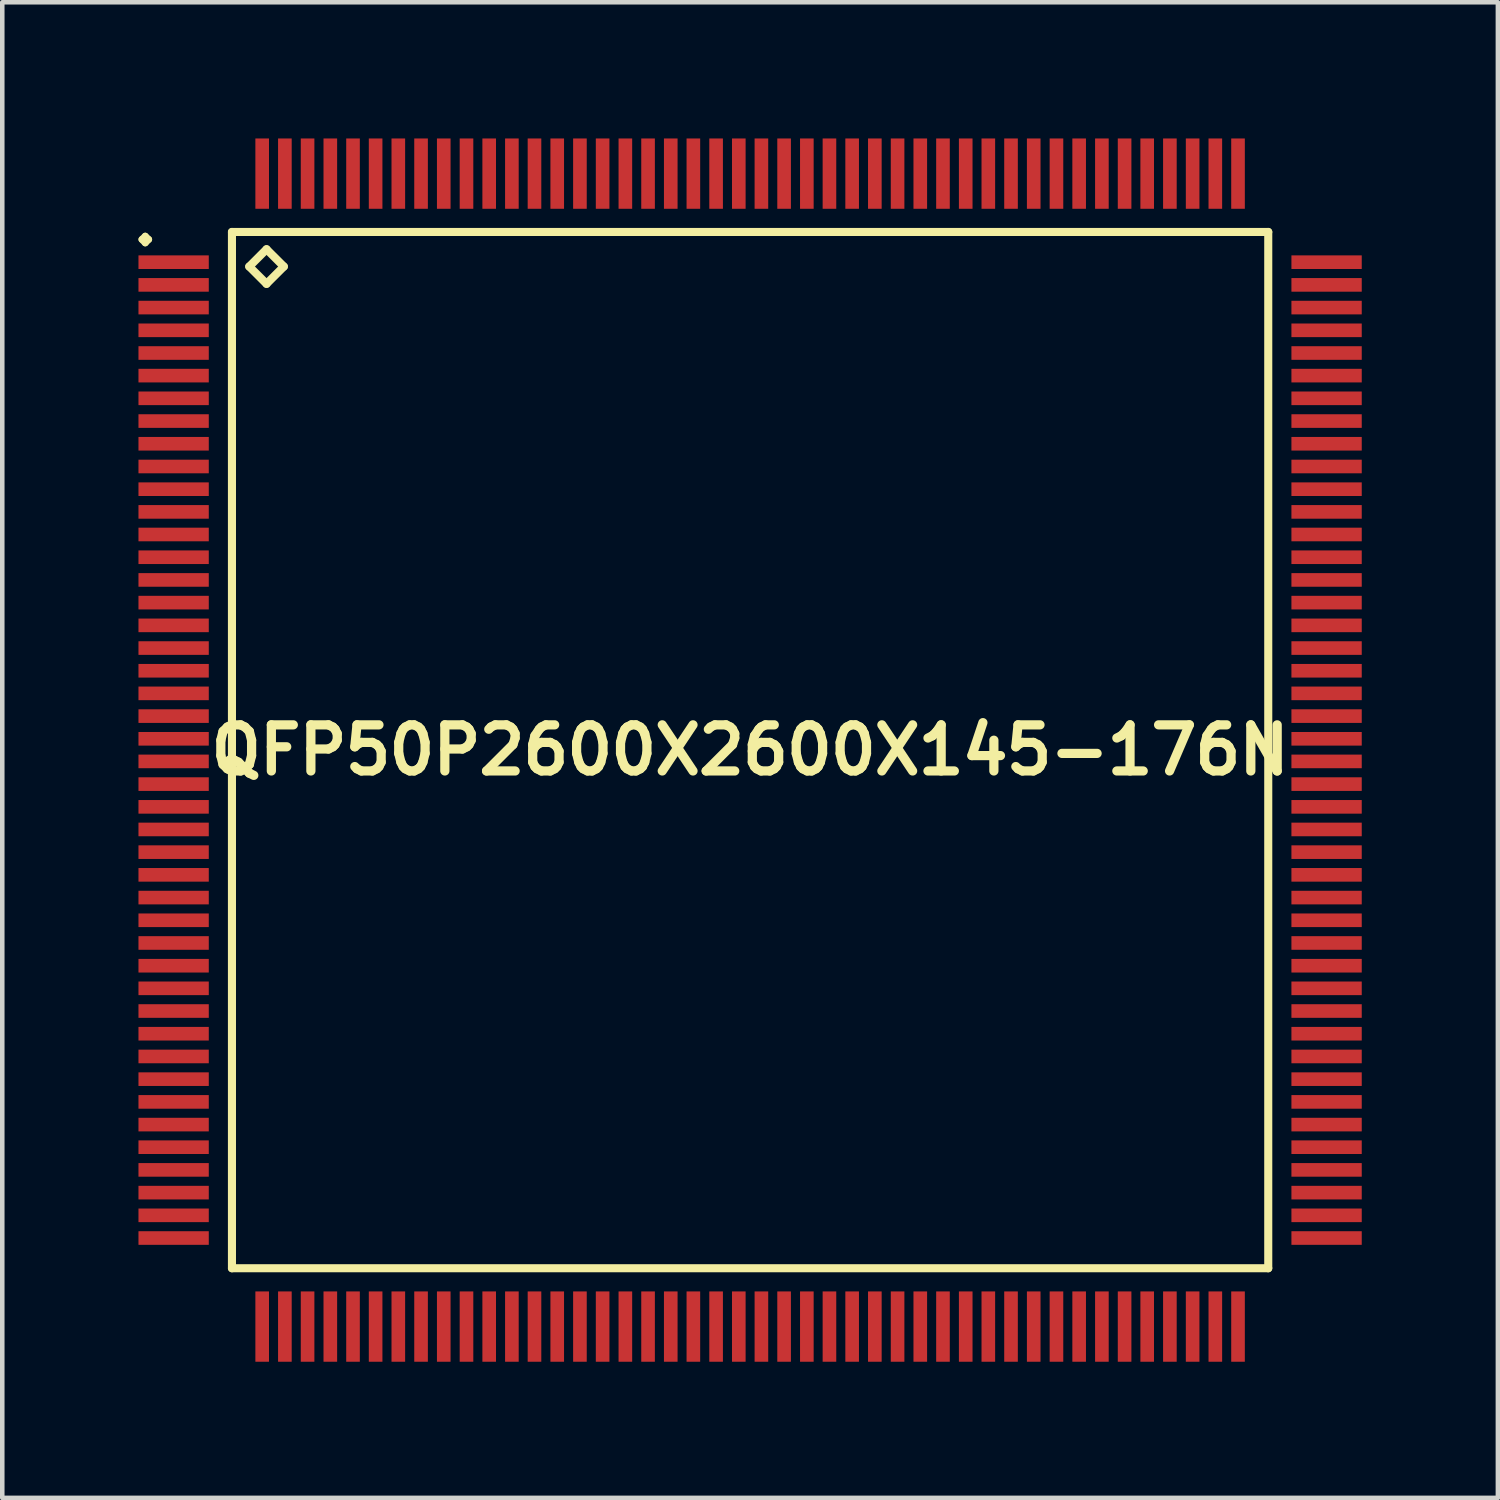
<source format=kicad_pcb>
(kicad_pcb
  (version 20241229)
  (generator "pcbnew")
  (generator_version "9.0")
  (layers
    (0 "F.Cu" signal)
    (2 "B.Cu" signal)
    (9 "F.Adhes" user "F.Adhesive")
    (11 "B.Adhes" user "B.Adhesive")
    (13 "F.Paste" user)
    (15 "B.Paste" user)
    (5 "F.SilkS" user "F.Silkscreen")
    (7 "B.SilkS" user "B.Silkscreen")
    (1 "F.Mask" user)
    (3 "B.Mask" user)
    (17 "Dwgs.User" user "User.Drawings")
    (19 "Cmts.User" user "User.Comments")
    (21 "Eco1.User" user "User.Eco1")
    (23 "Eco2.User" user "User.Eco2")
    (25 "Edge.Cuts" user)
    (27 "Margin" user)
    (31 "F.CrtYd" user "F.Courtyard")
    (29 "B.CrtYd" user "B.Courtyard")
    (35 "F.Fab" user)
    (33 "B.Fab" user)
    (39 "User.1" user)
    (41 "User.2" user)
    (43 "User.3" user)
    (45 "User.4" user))
  (footprint "QFP50P2600X2600X145-176N"
    (layer "F.Cu")
    (at 13.475 13.475)
    (property "Reference" "QFP50P2600X2600X145-176N" (at 0 0 0) (layer "F.SilkS") (effects (font (size 1.016 1.016) (thickness 0.203))))
    (attr smd)
    (fp_line (start -13.399 -11.25) (end -13.325 -11.323) (stroke (width 0.15) (type solid)) (layer "F.SilkS"))
    (fp_line (start -13.325 -11.323) (end -13.249 -11.25) (stroke (width 0.15) (type solid)) (layer "F.SilkS"))
    (fp_line (start -13.325 -11.173) (end -13.399 -11.25) (stroke (width 0.15) (type solid)) (layer "F.SilkS"))
    (fp_line (start -13.249 -11.25) (end -13.325 -11.173) (stroke (width 0.15) (type solid)) (layer "F.SilkS"))
    (fp_line (start -11.415 -11.415) (end -11.415 11.415) (stroke (width 0.178) (type solid)) (layer "F.SilkS"))
    (fp_line (start -11.415 11.415) (end 11.415 11.415) (stroke (width 0.178) (type solid)) (layer "F.SilkS"))
    (fp_line (start -11.034 -10.653) (end -10.653 -11.034) (stroke (width 0.178) (type solid)) (layer "F.SilkS"))
    (fp_line (start -10.653 -11.034) (end -10.272 -10.653) (stroke (width 0.178) (type solid)) (layer "F.SilkS"))
    (fp_line (start -10.653 -10.272) (end -11.034 -10.653) (stroke (width 0.178) (type solid)) (layer "F.SilkS"))
    (fp_line (start -10.272 -10.653) (end -10.653 -10.272) (stroke (width 0.178) (type solid)) (layer "F.SilkS"))
    (fp_line (start 11.415 -11.415) (end -11.415 -11.415) (stroke (width 0.178) (type solid)) (layer "F.SilkS"))
    (fp_line (start 11.415 11.415) (end 11.415 -11.415) (stroke (width 0.178) (type solid)) (layer "F.SilkS"))
    (pad "1" smd rect (at -12.7 -10.749) (size 1.549 0.3) (layers "F.Cu" "F.Mask" "F.Paste"))
    (pad "2" smd rect (at -12.7 -10.249) (size 1.549 0.3) (layers "F.Cu" "F.Mask" "F.Paste"))
    (pad "3" smd rect (at -12.7 -9.749) (size 1.549 0.3) (layers "F.Cu" "F.Mask" "F.Paste"))
    (pad "4" smd rect (at -12.7 -9.248) (size 1.549 0.3) (layers "F.Cu" "F.Mask" "F.Paste"))
    (pad "5" smd rect (at -12.7 -8.748) (size 1.549 0.3) (layers "F.Cu" "F.Mask" "F.Paste"))
    (pad "6" smd rect (at -12.7 -8.25) (size 1.549 0.3) (layers "F.Cu" "F.Mask" "F.Paste"))
    (pad "7" smd rect (at -12.7 -7.75) (size 1.549 0.3) (layers "F.Cu" "F.Mask" "F.Paste"))
    (pad "8" smd rect (at -12.7 -7.249) (size 1.549 0.3) (layers "F.Cu" "F.Mask" "F.Paste"))
    (pad "9" smd rect (at -12.7 -6.749) (size 1.549 0.3) (layers "F.Cu" "F.Mask" "F.Paste"))
    (pad "10" smd rect (at -12.7 -6.248) (size 1.549 0.3) (layers "F.Cu" "F.Mask" "F.Paste"))
    (pad "11" smd rect (at -12.7 -5.748) (size 1.549 0.3) (layers "F.Cu" "F.Mask" "F.Paste"))
    (pad "12" smd rect (at -12.7 -5.248) (size 1.549 0.3) (layers "F.Cu" "F.Mask" "F.Paste"))
    (pad "13" smd rect (at -12.7 -4.75) (size 1.549 0.3) (layers "F.Cu" "F.Mask" "F.Paste"))
    (pad "14" smd rect (at -12.7 -4.249) (size 1.549 0.3) (layers "F.Cu" "F.Mask" "F.Paste"))
    (pad "15" smd rect (at -12.7 -3.749) (size 1.549 0.3) (layers "F.Cu" "F.Mask" "F.Paste"))
    (pad "16" smd rect (at -12.7 -3.249) (size 1.549 0.3) (layers "F.Cu" "F.Mask" "F.Paste"))
    (pad "17" smd rect (at -12.7 -2.748) (size 1.549 0.3) (layers "F.Cu" "F.Mask" "F.Paste"))
    (pad "18" smd rect (at -12.7 -2.248) (size 1.549 0.3) (layers "F.Cu" "F.Mask" "F.Paste"))
    (pad "19" smd rect (at -12.7 -1.748) (size 1.549 0.3) (layers "F.Cu" "F.Mask" "F.Paste"))
    (pad "20" smd rect (at -12.7 -1.25) (size 1.549 0.3) (layers "F.Cu" "F.Mask" "F.Paste"))
    (pad "21" smd rect (at -12.7 -0.749) (size 1.549 0.3) (layers "F.Cu" "F.Mask" "F.Paste"))
    (pad "22" smd rect (at -12.7 -0.249) (size 1.549 0.3) (layers "F.Cu" "F.Mask" "F.Paste"))
    (pad "23" smd rect (at -12.7 0.249) (size 1.549 0.3) (layers "F.Cu" "F.Mask" "F.Paste"))
    (pad "24" smd rect (at -12.7 0.749) (size 1.549 0.3) (layers "F.Cu" "F.Mask" "F.Paste"))
    (pad "25" smd rect (at -12.7 1.25) (size 1.549 0.3) (layers "F.Cu" "F.Mask" "F.Paste"))
    (pad "26" smd rect (at -12.7 1.748) (size 1.549 0.3) (layers "F.Cu" "F.Mask" "F.Paste"))
    (pad "27" smd rect (at -12.7 2.248) (size 1.549 0.3) (layers "F.Cu" "F.Mask" "F.Paste"))
    (pad "28" smd rect (at -12.7 2.748) (size 1.549 0.3) (layers "F.Cu" "F.Mask" "F.Paste"))
    (pad "29" smd rect (at -12.7 3.249) (size 1.549 0.3) (layers "F.Cu" "F.Mask" "F.Paste"))
    (pad "30" smd rect (at -12.7 3.749) (size 1.549 0.3) (layers "F.Cu" "F.Mask" "F.Paste"))
    (pad "31" smd rect (at -12.7 4.249) (size 1.549 0.3) (layers "F.Cu" "F.Mask" "F.Paste"))
    (pad "32" smd rect (at -12.7 4.75) (size 1.549 0.3) (layers "F.Cu" "F.Mask" "F.Paste"))
    (pad "33" smd rect (at -12.7 5.248) (size 1.549 0.3) (layers "F.Cu" "F.Mask" "F.Paste"))
    (pad "34" smd rect (at -12.7 5.748) (size 1.549 0.3) (layers "F.Cu" "F.Mask" "F.Paste"))
    (pad "35" smd rect (at -12.7 6.248) (size 1.549 0.3) (layers "F.Cu" "F.Mask" "F.Paste"))
    (pad "36" smd rect (at -12.7 6.749) (size 1.549 0.3) (layers "F.Cu" "F.Mask" "F.Paste"))
    (pad "37" smd rect (at -12.7 7.249) (size 1.549 0.3) (layers "F.Cu" "F.Mask" "F.Paste"))
    (pad "38" smd rect (at -12.7 7.75) (size 1.549 0.3) (layers "F.Cu" "F.Mask" "F.Paste"))
    (pad "39" smd rect (at -12.7 8.25) (size 1.549 0.3) (layers "F.Cu" "F.Mask" "F.Paste"))
    (pad "40" smd rect (at -12.7 8.748) (size 1.549 0.3) (layers "F.Cu" "F.Mask" "F.Paste"))
    (pad "41" smd rect (at -12.7 9.248) (size 1.549 0.3) (layers "F.Cu" "F.Mask" "F.Paste"))
    (pad "42" smd rect (at -12.7 9.749) (size 1.549 0.3) (layers "F.Cu" "F.Mask" "F.Paste"))
    (pad "43" smd rect (at -12.7 10.249) (size 1.549 0.3) (layers "F.Cu" "F.Mask" "F.Paste"))
    (pad "44" smd rect (at -12.7 10.749) (size 1.549 0.3) (layers "F.Cu" "F.Mask" "F.Paste"))
    (pad "45" smd rect (at -10.749 12.7) (size 0.3 1.549) (layers "F.Cu" "F.Mask" "F.Paste"))
    (pad "46" smd rect (at -10.249 12.7) (size 0.3 1.549) (layers "F.Cu" "F.Mask" "F.Paste"))
    (pad "47" smd rect (at -9.749 12.7) (size 0.3 1.549) (layers "F.Cu" "F.Mask" "F.Paste"))
    (pad "48" smd rect (at -9.248 12.7) (size 0.3 1.549) (layers "F.Cu" "F.Mask" "F.Paste"))
    (pad "49" smd rect (at -8.748 12.7) (size 0.3 1.549) (layers "F.Cu" "F.Mask" "F.Paste"))
    (pad "50" smd rect (at -8.25 12.7) (size 0.3 1.549) (layers "F.Cu" "F.Mask" "F.Paste"))
    (pad "51" smd rect (at -7.75 12.7) (size 0.3 1.549) (layers "F.Cu" "F.Mask" "F.Paste"))
    (pad "52" smd rect (at -7.249 12.7) (size 0.3 1.549) (layers "F.Cu" "F.Mask" "F.Paste"))
    (pad "53" smd rect (at -6.749 12.7) (size 0.3 1.549) (layers "F.Cu" "F.Mask" "F.Paste"))
    (pad "54" smd rect (at -6.248 12.7) (size 0.3 1.549) (layers "F.Cu" "F.Mask" "F.Paste"))
    (pad "55" smd rect (at -5.748 12.7) (size 0.3 1.549) (layers "F.Cu" "F.Mask" "F.Paste"))
    (pad "56" smd rect (at -5.248 12.7) (size 0.3 1.549) (layers "F.Cu" "F.Mask" "F.Paste"))
    (pad "57" smd rect (at -4.75 12.7) (size 0.3 1.549) (layers "F.Cu" "F.Mask" "F.Paste"))
    (pad "58" smd rect (at -4.249 12.7) (size 0.3 1.549) (layers "F.Cu" "F.Mask" "F.Paste"))
    (pad "59" smd rect (at -3.749 12.7) (size 0.3 1.549) (layers "F.Cu" "F.Mask" "F.Paste"))
    (pad "60" smd rect (at -3.249 12.7) (size 0.3 1.549) (layers "F.Cu" "F.Mask" "F.Paste"))
    (pad "61" smd rect (at -2.748 12.7) (size 0.3 1.549) (layers "F.Cu" "F.Mask" "F.Paste"))
    (pad "62" smd rect (at -2.248 12.7) (size 0.3 1.549) (layers "F.Cu" "F.Mask" "F.Paste"))
    (pad "63" smd rect (at -1.748 12.7) (size 0.3 1.549) (layers "F.Cu" "F.Mask" "F.Paste"))
    (pad "64" smd rect (at -1.25 12.7) (size 0.3 1.549) (layers "F.Cu" "F.Mask" "F.Paste"))
    (pad "65" smd rect (at -0.749 12.7) (size 0.3 1.549) (layers "F.Cu" "F.Mask" "F.Paste"))
    (pad "66" smd rect (at -0.249 12.7) (size 0.3 1.549) (layers "F.Cu" "F.Mask" "F.Paste"))
    (pad "67" smd rect (at 0.249 12.7) (size 0.3 1.549) (layers "F.Cu" "F.Mask" "F.Paste"))
    (pad "68" smd rect (at 0.749 12.7) (size 0.3 1.549) (layers "F.Cu" "F.Mask" "F.Paste"))
    (pad "69" smd rect (at 1.25 12.7) (size 0.3 1.549) (layers "F.Cu" "F.Mask" "F.Paste"))
    (pad "70" smd rect (at 1.748 12.7) (size 0.3 1.549) (layers "F.Cu" "F.Mask" "F.Paste"))
    (pad "71" smd rect (at 2.248 12.7) (size 0.3 1.549) (layers "F.Cu" "F.Mask" "F.Paste"))
    (pad "72" smd rect (at 2.748 12.7) (size 0.3 1.549) (layers "F.Cu" "F.Mask" "F.Paste"))
    (pad "73" smd rect (at 3.249 12.7) (size 0.3 1.549) (layers "F.Cu" "F.Mask" "F.Paste"))
    (pad "74" smd rect (at 3.749 12.7) (size 0.3 1.549) (layers "F.Cu" "F.Mask" "F.Paste"))
    (pad "75" smd rect (at 4.249 12.7) (size 0.3 1.549) (layers "F.Cu" "F.Mask" "F.Paste"))
    (pad "76" smd rect (at 4.75 12.7) (size 0.3 1.549) (layers "F.Cu" "F.Mask" "F.Paste"))
    (pad "77" smd rect (at 5.248 12.7) (size 0.3 1.549) (layers "F.Cu" "F.Mask" "F.Paste"))
    (pad "78" smd rect (at 5.748 12.7) (size 0.3 1.549) (layers "F.Cu" "F.Mask" "F.Paste"))
    (pad "79" smd rect (at 6.248 12.7) (size 0.3 1.549) (layers "F.Cu" "F.Mask" "F.Paste"))
    (pad "80" smd rect (at 6.749 12.7) (size 0.3 1.549) (layers "F.Cu" "F.Mask" "F.Paste"))
    (pad "81" smd rect (at 7.249 12.7) (size 0.3 1.549) (layers "F.Cu" "F.Mask" "F.Paste"))
    (pad "82" smd rect (at 7.75 12.7) (size 0.3 1.549) (layers "F.Cu" "F.Mask" "F.Paste"))
    (pad "83" smd rect (at 8.25 12.7) (size 0.3 1.549) (layers "F.Cu" "F.Mask" "F.Paste"))
    (pad "84" smd rect (at 8.748 12.7) (size 0.3 1.549) (layers "F.Cu" "F.Mask" "F.Paste"))
    (pad "85" smd rect (at 9.248 12.7) (size 0.3 1.549) (layers "F.Cu" "F.Mask" "F.Paste"))
    (pad "86" smd rect (at 9.749 12.7) (size 0.3 1.549) (layers "F.Cu" "F.Mask" "F.Paste"))
    (pad "87" smd rect (at 10.249 12.7) (size 0.3 1.549) (layers "F.Cu" "F.Mask" "F.Paste"))
    (pad "88" smd rect (at 10.749 12.7) (size 0.3 1.549) (layers "F.Cu" "F.Mask" "F.Paste"))
    (pad "89" smd rect (at 12.7 10.749) (size 1.549 0.3) (layers "F.Cu" "F.Mask" "F.Paste"))
    (pad "90" smd rect (at 12.7 10.249) (size 1.549 0.3) (layers "F.Cu" "F.Mask" "F.Paste"))
    (pad "91" smd rect (at 12.7 9.749) (size 1.549 0.3) (layers "F.Cu" "F.Mask" "F.Paste"))
    (pad "92" smd rect (at 12.7 9.248) (size 1.549 0.3) (layers "F.Cu" "F.Mask" "F.Paste"))
    (pad "93" smd rect (at 12.7 8.748) (size 1.549 0.3) (layers "F.Cu" "F.Mask" "F.Paste"))
    (pad "94" smd rect (at 12.7 8.25) (size 1.549 0.3) (layers "F.Cu" "F.Mask" "F.Paste"))
    (pad "95" smd rect (at 12.7 7.75) (size 1.549 0.3) (layers "F.Cu" "F.Mask" "F.Paste"))
    (pad "96" smd rect (at 12.7 7.249) (size 1.549 0.3) (layers "F.Cu" "F.Mask" "F.Paste"))
    (pad "97" smd rect (at 12.7 6.749) (size 1.549 0.3) (layers "F.Cu" "F.Mask" "F.Paste"))
    (pad "98" smd rect (at 12.7 6.248) (size 1.549 0.3) (layers "F.Cu" "F.Mask" "F.Paste"))
    (pad "99" smd rect (at 12.7 5.748) (size 1.549 0.3) (layers "F.Cu" "F.Mask" "F.Paste"))
    (pad "100" smd rect (at 12.7 5.248) (size 1.549 0.3) (layers "F.Cu" "F.Mask" "F.Paste"))
    (pad "101" smd rect (at 12.7 4.75) (size 1.549 0.3) (layers "F.Cu" "F.Mask" "F.Paste"))
    (pad "102" smd rect (at 12.7 4.249) (size 1.549 0.3) (layers "F.Cu" "F.Mask" "F.Paste"))
    (pad "103" smd rect (at 12.7 3.749) (size 1.549 0.3) (layers "F.Cu" "F.Mask" "F.Paste"))
    (pad "104" smd rect (at 12.7 3.249) (size 1.549 0.3) (layers "F.Cu" "F.Mask" "F.Paste"))
    (pad "105" smd rect (at 12.7 2.748) (size 1.549 0.3) (layers "F.Cu" "F.Mask" "F.Paste"))
    (pad "106" smd rect (at 12.7 2.248) (size 1.549 0.3) (layers "F.Cu" "F.Mask" "F.Paste"))
    (pad "107" smd rect (at 12.7 1.748) (size 1.549 0.3) (layers "F.Cu" "F.Mask" "F.Paste"))
    (pad "108" smd rect (at 12.7 1.25) (size 1.549 0.3) (layers "F.Cu" "F.Mask" "F.Paste"))
    (pad "109" smd rect (at 12.7 0.749) (size 1.549 0.3) (layers "F.Cu" "F.Mask" "F.Paste"))
    (pad "110" smd rect (at 12.7 0.249) (size 1.549 0.3) (layers "F.Cu" "F.Mask" "F.Paste"))
    (pad "111" smd rect (at 12.7 -0.249) (size 1.549 0.3) (layers "F.Cu" "F.Mask" "F.Paste"))
    (pad "112" smd rect (at 12.7 -0.749) (size 1.549 0.3) (layers "F.Cu" "F.Mask" "F.Paste"))
    (pad "113" smd rect (at 12.7 -1.25) (size 1.549 0.3) (layers "F.Cu" "F.Mask" "F.Paste"))
    (pad "114" smd rect (at 12.7 -1.748) (size 1.549 0.3) (layers "F.Cu" "F.Mask" "F.Paste"))
    (pad "115" smd rect (at 12.7 -2.248) (size 1.549 0.3) (layers "F.Cu" "F.Mask" "F.Paste"))
    (pad "116" smd rect (at 12.7 -2.748) (size 1.549 0.3) (layers "F.Cu" "F.Mask" "F.Paste"))
    (pad "117" smd rect (at 12.7 -3.249) (size 1.549 0.3) (layers "F.Cu" "F.Mask" "F.Paste"))
    (pad "118" smd rect (at 12.7 -3.749) (size 1.549 0.3) (layers "F.Cu" "F.Mask" "F.Paste"))
    (pad "119" smd rect (at 12.7 -4.249) (size 1.549 0.3) (layers "F.Cu" "F.Mask" "F.Paste"))
    (pad "120" smd rect (at 12.7 -4.75) (size 1.549 0.3) (layers "F.Cu" "F.Mask" "F.Paste"))
    (pad "121" smd rect (at 12.7 -5.248) (size 1.549 0.3) (layers "F.Cu" "F.Mask" "F.Paste"))
    (pad "122" smd rect (at 12.7 -5.748) (size 1.549 0.3) (layers "F.Cu" "F.Mask" "F.Paste"))
    (pad "123" smd rect (at 12.7 -6.248) (size 1.549 0.3) (layers "F.Cu" "F.Mask" "F.Paste"))
    (pad "124" smd rect (at 12.7 -6.749) (size 1.549 0.3) (layers "F.Cu" "F.Mask" "F.Paste"))
    (pad "125" smd rect (at 12.7 -7.249) (size 1.549 0.3) (layers "F.Cu" "F.Mask" "F.Paste"))
    (pad "126" smd rect (at 12.7 -7.75) (size 1.549 0.3) (layers "F.Cu" "F.Mask" "F.Paste"))
    (pad "127" smd rect (at 12.7 -8.25) (size 1.549 0.3) (layers "F.Cu" "F.Mask" "F.Paste"))
    (pad "128" smd rect (at 12.7 -8.748) (size 1.549 0.3) (layers "F.Cu" "F.Mask" "F.Paste"))
    (pad "129" smd rect (at 12.7 -9.248) (size 1.549 0.3) (layers "F.Cu" "F.Mask" "F.Paste"))
    (pad "130" smd rect (at 12.7 -9.749) (size 1.549 0.3) (layers "F.Cu" "F.Mask" "F.Paste"))
    (pad "131" smd rect (at 12.7 -10.249) (size 1.549 0.3) (layers "F.Cu" "F.Mask" "F.Paste"))
    (pad "132" smd rect (at 12.7 -10.749) (size 1.549 0.3) (layers "F.Cu" "F.Mask" "F.Paste"))
    (pad "133" smd rect (at 10.749 -12.7) (size 0.3 1.549) (layers "F.Cu" "F.Mask" "F.Paste"))
    (pad "134" smd rect (at 10.249 -12.7) (size 0.3 1.549) (layers "F.Cu" "F.Mask" "F.Paste"))
    (pad "135" smd rect (at 9.749 -12.7) (size 0.3 1.549) (layers "F.Cu" "F.Mask" "F.Paste"))
    (pad "136" smd rect (at 9.248 -12.7) (size 0.3 1.549) (layers "F.Cu" "F.Mask" "F.Paste"))
    (pad "137" smd rect (at 8.748 -12.7) (size 0.3 1.549) (layers "F.Cu" "F.Mask" "F.Paste"))
    (pad "138" smd rect (at 8.25 -12.7) (size 0.3 1.549) (layers "F.Cu" "F.Mask" "F.Paste"))
    (pad "139" smd rect (at 7.75 -12.7) (size 0.3 1.549) (layers "F.Cu" "F.Mask" "F.Paste"))
    (pad "140" smd rect (at 7.249 -12.7) (size 0.3 1.549) (layers "F.Cu" "F.Mask" "F.Paste"))
    (pad "141" smd rect (at 6.749 -12.7) (size 0.3 1.549) (layers "F.Cu" "F.Mask" "F.Paste"))
    (pad "142" smd rect (at 6.248 -12.7) (size 0.3 1.549) (layers "F.Cu" "F.Mask" "F.Paste"))
    (pad "143" smd rect (at 5.748 -12.7) (size 0.3 1.549) (layers "F.Cu" "F.Mask" "F.Paste"))
    (pad "144" smd rect (at 5.248 -12.7) (size 0.3 1.549) (layers "F.Cu" "F.Mask" "F.Paste"))
    (pad "145" smd rect (at 4.75 -12.7) (size 0.3 1.549) (layers "F.Cu" "F.Mask" "F.Paste"))
    (pad "146" smd rect (at 4.249 -12.7) (size 0.3 1.549) (layers "F.Cu" "F.Mask" "F.Paste"))
    (pad "147" smd rect (at 3.749 -12.7) (size 0.3 1.549) (layers "F.Cu" "F.Mask" "F.Paste"))
    (pad "148" smd rect (at 3.249 -12.7) (size 0.3 1.549) (layers "F.Cu" "F.Mask" "F.Paste"))
    (pad "149" smd rect (at 2.748 -12.7) (size 0.3 1.549) (layers "F.Cu" "F.Mask" "F.Paste"))
    (pad "150" smd rect (at 2.248 -12.7) (size 0.3 1.549) (layers "F.Cu" "F.Mask" "F.Paste"))
    (pad "151" smd rect (at 1.748 -12.7) (size 0.3 1.549) (layers "F.Cu" "F.Mask" "F.Paste"))
    (pad "152" smd rect (at 1.25 -12.7) (size 0.3 1.549) (layers "F.Cu" "F.Mask" "F.Paste"))
    (pad "153" smd rect (at 0.749 -12.7) (size 0.3 1.549) (layers "F.Cu" "F.Mask" "F.Paste"))
    (pad "154" smd rect (at 0.249 -12.7) (size 0.3 1.549) (layers "F.Cu" "F.Mask" "F.Paste"))
    (pad "155" smd rect (at -0.249 -12.7) (size 0.3 1.549) (layers "F.Cu" "F.Mask" "F.Paste"))
    (pad "156" smd rect (at -0.749 -12.7) (size 0.3 1.549) (layers "F.Cu" "F.Mask" "F.Paste"))
    (pad "157" smd rect (at -1.25 -12.7) (size 0.3 1.549) (layers "F.Cu" "F.Mask" "F.Paste"))
    (pad "158" smd rect (at -1.748 -12.7) (size 0.3 1.549) (layers "F.Cu" "F.Mask" "F.Paste"))
    (pad "159" smd rect (at -2.248 -12.7) (size 0.3 1.549) (layers "F.Cu" "F.Mask" "F.Paste"))
    (pad "160" smd rect (at -2.748 -12.7) (size 0.3 1.549) (layers "F.Cu" "F.Mask" "F.Paste"))
    (pad "161" smd rect (at -3.249 -12.7) (size 0.3 1.549) (layers "F.Cu" "F.Mask" "F.Paste"))
    (pad "162" smd rect (at -3.749 -12.7) (size 0.3 1.549) (layers "F.Cu" "F.Mask" "F.Paste"))
    (pad "163" smd rect (at -4.249 -12.7) (size 0.3 1.549) (layers "F.Cu" "F.Mask" "F.Paste"))
    (pad "164" smd rect (at -4.75 -12.7) (size 0.3 1.549) (layers "F.Cu" "F.Mask" "F.Paste"))
    (pad "165" smd rect (at -5.248 -12.7) (size 0.3 1.549) (layers "F.Cu" "F.Mask" "F.Paste"))
    (pad "166" smd rect (at -5.748 -12.7) (size 0.3 1.549) (layers "F.Cu" "F.Mask" "F.Paste"))
    (pad "167" smd rect (at -6.248 -12.7) (size 0.3 1.549) (layers "F.Cu" "F.Mask" "F.Paste"))
    (pad "168" smd rect (at -6.749 -12.7) (size 0.3 1.549) (layers "F.Cu" "F.Mask" "F.Paste"))
    (pad "169" smd rect (at -7.249 -12.7) (size 0.3 1.549) (layers "F.Cu" "F.Mask" "F.Paste"))
    (pad "170" smd rect (at -7.75 -12.7) (size 0.3 1.549) (layers "F.Cu" "F.Mask" "F.Paste"))
    (pad "171" smd rect (at -8.25 -12.7) (size 0.3 1.549) (layers "F.Cu" "F.Mask" "F.Paste"))
    (pad "172" smd rect (at -8.748 -12.7) (size 0.3 1.549) (layers "F.Cu" "F.Mask" "F.Paste"))
    (pad "173" smd rect (at -9.248 -12.7) (size 0.3 1.549) (layers "F.Cu" "F.Mask" "F.Paste"))
    (pad "174" smd rect (at -9.749 -12.7) (size 0.3 1.549) (layers "F.Cu" "F.Mask" "F.Paste"))
    (pad "175" smd rect (at -10.249 -12.7) (size 0.3 1.549) (layers "F.Cu" "F.Mask" "F.Paste"))
    (pad "176" smd rect (at -10.749 -12.7) (size 0.3 1.549) (layers "F.Cu" "F.Mask" "F.Paste")))
  (gr_rect
    (start -3 -3)
    (end 29.949 29.949)
    (stroke (width 0.1) (type default))
    (fill no)
    (layer "Edge.Cuts")))
</source>
